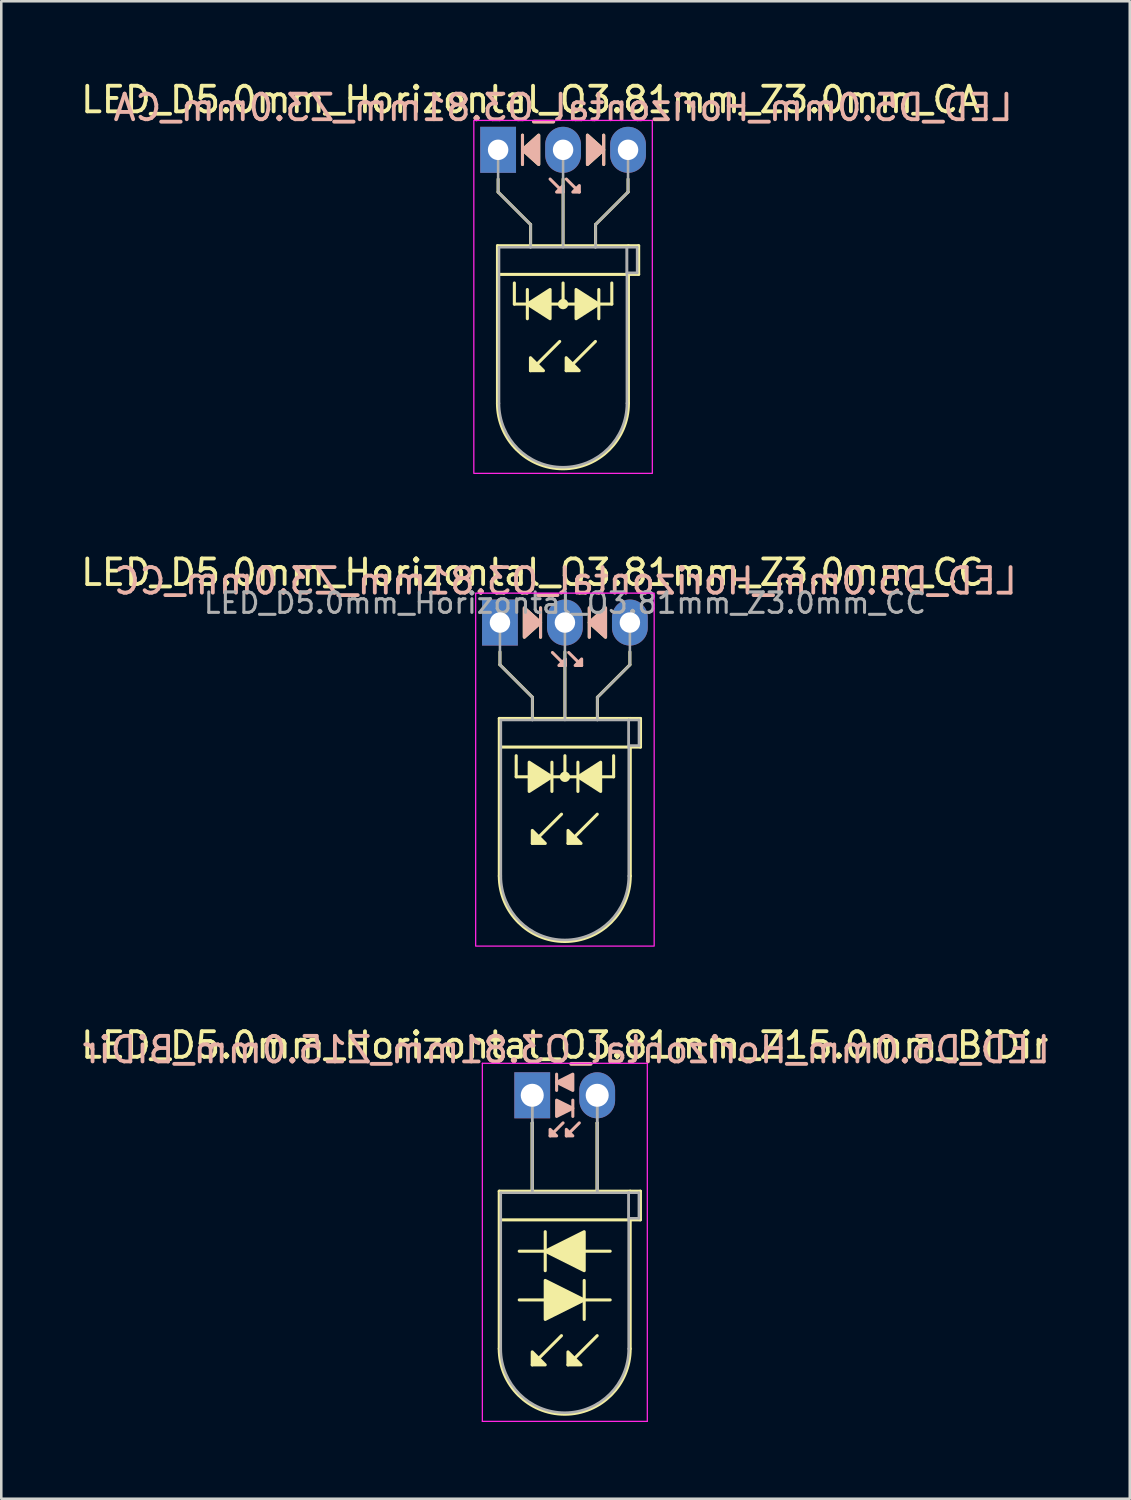
<source format=kicad_pcb>
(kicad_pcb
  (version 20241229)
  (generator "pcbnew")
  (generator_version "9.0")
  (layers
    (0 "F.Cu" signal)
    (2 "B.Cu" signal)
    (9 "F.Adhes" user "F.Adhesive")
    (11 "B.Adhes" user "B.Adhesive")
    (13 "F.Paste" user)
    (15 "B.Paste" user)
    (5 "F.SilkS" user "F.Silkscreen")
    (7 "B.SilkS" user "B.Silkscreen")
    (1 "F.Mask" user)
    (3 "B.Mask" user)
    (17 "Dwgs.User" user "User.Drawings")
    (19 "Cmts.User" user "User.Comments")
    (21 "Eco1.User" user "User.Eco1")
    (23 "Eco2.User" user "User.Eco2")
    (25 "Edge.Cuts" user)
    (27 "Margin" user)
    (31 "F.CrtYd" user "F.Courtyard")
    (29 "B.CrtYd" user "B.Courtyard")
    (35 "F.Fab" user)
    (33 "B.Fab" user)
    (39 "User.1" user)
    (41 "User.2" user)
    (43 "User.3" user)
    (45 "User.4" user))
  (footprint "LED_D5.0mm_Horizontal_O3.81mm_Z3.0mm_CA"
    (layer "F.Cu")
    (at 16.426 2.808)
    (property "Reference" "LED_D5.0mm_Horizontal_O3.81mm_Z3.0mm_CA" (at 1.27 -1.96 0) (layer "F.SilkS") (effects (font (size 1 1) (thickness 0.15))))
    (fp_line (start -0.025 3.75) (end -0.025 9.91) (stroke (width 0.12) (type solid)) (layer "F.SilkS"))
    (fp_line (start -0.025 3.75) (end 5.095 3.75) (stroke (width 0.12) (type solid)) (layer "F.SilkS"))
    (fp_line (start 0 1.143) (end 0 1.651) (stroke (width 0.12) (type default)) (layer "F.SilkS"))
    (fp_line (start 0 1.651) (end 1.27 2.921) (stroke (width 0.12) (type default)) (layer "F.SilkS"))
    (fp_line (start 0.635 6.032) (end 0.635 5.207) (stroke (width 0.12) (type default)) (layer "F.SilkS"))
    (fp_line (start 0.635 6.032) (end 4.445 6.032) (stroke (width 0.12) (type default)) (layer "F.SilkS"))
    (fp_line (start 0.953 -0.572) (end 0.953 0.572) (stroke (width 0.12) (type solid)) (layer "F.SilkS"))
    (fp_line (start 1.143 5.461) (end 1.143 6.604) (stroke (width 0.12) (type solid)) (layer "F.SilkS"))
    (fp_line (start 1.265 3.75) (end 1.265 3.75) (stroke (width 0.12) (type solid)) (layer "F.SilkS"))
    (fp_line (start 1.27 2.921) (end 1.27 3.75) (stroke (width 0.12) (type default)) (layer "F.SilkS"))
    (fp_line (start 2.408 7.493) (end 1.265 8.636) (stroke (width 0.12) (type solid)) (layer "F.SilkS"))
    (fp_line (start 2.54 3.75) (end 2.54 1.143) (stroke (width 0.12) (type default)) (layer "F.SilkS"))
    (fp_line (start 2.54 6.032) (end 2.54 5.207) (stroke (width 0.12) (type default)) (layer "F.SilkS"))
    (fp_line (start 3.805 3.75) (end 3.805 3.75) (stroke (width 0.12) (type solid)) (layer "F.SilkS"))
    (fp_line (start 3.805 7.493) (end 2.662 8.636) (stroke (width 0.12) (type solid)) (layer "F.SilkS"))
    (fp_line (start 3.81 2.921) (end 3.81 3.75) (stroke (width 0.12) (type default)) (layer "F.SilkS"))
    (fp_line (start 3.937 6.604) (end 3.937 5.461) (stroke (width 0.12) (type solid)) (layer "F.SilkS"))
    (fp_line (start 4.128 0.572) (end 4.128 -0.572) (stroke (width 0.12) (type solid)) (layer "F.SilkS"))
    (fp_line (start 4.445 6.032) (end 4.445 5.207) (stroke (width 0.12) (type default)) (layer "F.SilkS"))
    (fp_line (start 5.08 1.143) (end 5.08 1.651) (stroke (width 0.12) (type default)) (layer "F.SilkS"))
    (fp_line (start 5.08 1.651) (end 3.81 2.921) (stroke (width 0.12) (type default)) (layer "F.SilkS"))
    (fp_line (start 5.095 3.75) (end 5.495 3.75) (stroke (width 0.12) (type solid)) (layer "F.SilkS"))
    (fp_line (start 5.095 4.87) (end 5.095 9.91) (stroke (width 0.12) (type solid)) (layer "F.SilkS"))
    (fp_line (start 5.495 3.75) (end 5.495 4.87) (stroke (width 0.12) (type solid)) (layer "F.SilkS"))
    (fp_line (start 5.495 4.87) (end -0.005 4.87) (stroke (width 0.12) (type solid)) (layer "F.SilkS"))
    (fp_arc (start 5.095 9.91) (mid 2.535 12.47) (end -0.025 9.91) (stroke (width 0.12) (type solid)) (layer "F.SilkS"))
    (fp_circle (center 2.54 6.032) (end 2.682 6.032) (stroke (width 0.12) (type solid)) (fill yes) (layer "F.SilkS"))
    (fp_poly (pts (xy 1.265 8.128) (xy 1.773 8.636) (xy 1.265 8.636)) (stroke (width 0.12) (type solid)) (fill yes) (layer "F.SilkS"))
    (fp_poly (pts (xy 1.587 0.572) (xy 0.953 0) (xy 1.587 -0.572)) (stroke (width 0.12) (type solid)) (fill yes) (layer "F.SilkS"))
    (fp_poly (pts (xy 2.032 6.604) (xy 1.143 6.032) (xy 2.032 5.461)) (stroke (width 0.12) (type solid)) (fill yes) (layer "F.SilkS"))
    (fp_poly (pts (xy 2.662 8.128) (xy 3.17 8.636) (xy 2.662 8.636)) (stroke (width 0.12) (type solid)) (fill yes) (layer "F.SilkS"))
    (fp_poly (pts (xy 3.048 5.461) (xy 3.937 6.032) (xy 3.048 6.604)) (stroke (width 0.12) (type solid)) (fill yes) (layer "F.SilkS"))
    (fp_poly (pts (xy 3.493 -0.572) (xy 4.128 0) (xy 3.493 0.572)) (stroke (width 0.12) (type solid)) (fill yes) (layer "F.SilkS"))
    (fp_line (start 0.953 -0.572) (end 0.953 0.572) (stroke (width 0.12) (type solid)) (layer "B.SilkS"))
    (fp_line (start 2.54 1.651) (end 2.032 1.143) (stroke (width 0.12) (type solid)) (layer "B.SilkS"))
    (fp_line (start 3.175 1.651) (end 2.667 1.143) (stroke (width 0.12) (type solid)) (layer "B.SilkS"))
    (fp_line (start 4.128 0.572) (end 4.128 -0.572) (stroke (width 0.12) (type solid)) (layer "B.SilkS"))
    (fp_poly (pts (xy 1.587 0.572) (xy 0.953 0) (xy 1.587 -0.572)) (stroke (width 0.12) (type solid)) (fill yes) (layer "B.SilkS"))
    (fp_poly (pts (xy 2.54 1.397) (xy 2.286 1.651) (xy 2.54 1.651)) (stroke (width 0.12) (type solid)) (fill yes) (layer "B.SilkS"))
    (fp_poly (pts (xy 3.175 1.397) (xy 2.921 1.651) (xy 3.175 1.651)) (stroke (width 0.12) (type solid)) (fill yes) (layer "B.SilkS"))
    (fp_poly (pts (xy 3.493 0.572) (xy 4.128 0) (xy 3.493 -0.572)) (stroke (width 0.12) (type solid)) (fill yes) (layer "B.SilkS"))
    (fp_rect (start -0.95 -1.15) (end 6.03 12.65) (stroke (width 0.05) (type default)) (fill no) (layer "F.CrtYd"))
    (fp_line (start 0 0) (end 0 0) (stroke (width 0.1) (type solid)) (layer "F.Fab"))
    (fp_line (start 0 1.651) (end 0 0) (stroke (width 0.1) (type default)) (layer "F.Fab"))
    (fp_line (start 0.035 3.81) (end 0.035 9.91) (stroke (width 0.1) (type solid)) (layer "F.Fab"))
    (fp_line (start 0.035 3.81) (end 5.035 3.81) (stroke (width 0.1) (type solid)) (layer "F.Fab"))
    (fp_line (start 1.265 3.81) (end 1.265 3.81) (stroke (width 0.1) (type solid)) (layer "F.Fab"))
    (fp_line (start 1.27 2.921) (end 0 1.651) (stroke (width 0.1) (type default)) (layer "F.Fab"))
    (fp_line (start 1.27 2.921) (end 1.27 3.81) (stroke (width 0.1) (type default)) (layer "F.Fab"))
    (fp_line (start 2.54 0) (end 2.54 0) (stroke (width 0.1) (type solid)) (layer "F.Fab"))
    (fp_line (start 2.54 0) (end 2.54 3.81) (stroke (width 0.1) (type default)) (layer "F.Fab"))
    (fp_line (start 3.805 3.81) (end 3.805 3.81) (stroke (width 0.1) (type solid)) (layer "F.Fab"))
    (fp_line (start 3.81 2.921) (end 3.81 3.81) (stroke (width 0.1) (type default)) (layer "F.Fab"))
    (fp_line (start 3.81 2.921) (end 5.08 1.651) (stroke (width 0.1) (type default)) (layer "F.Fab"))
    (fp_line (start 5.035 3.81) (end 5.035 9.91) (stroke (width 0.1) (type solid)) (layer "F.Fab"))
    (fp_line (start 5.035 3.81) (end 5.435 3.81) (stroke (width 0.1) (type solid)) (layer "F.Fab"))
    (fp_line (start 5.035 4.81) (end 5.035 3.81) (stroke (width 0.1) (type solid)) (layer "F.Fab"))
    (fp_line (start 5.08 1.651) (end 5.08 0) (stroke (width 0.1) (type default)) (layer "F.Fab"))
    (fp_line (start 5.435 3.81) (end 5.435 4.81) (stroke (width 0.1) (type solid)) (layer "F.Fab"))
    (fp_line (start 5.435 4.81) (end 5.035 4.81) (stroke (width 0.1) (type solid)) (layer "F.Fab"))
    (fp_arc (start 5.035 9.91) (mid 2.535 12.41) (end 0.035 9.91) (stroke (width 0.1) (type solid)) (layer "F.Fab"))
    (fp_text user "${REFERENCE}" (at 2.54 -1.651 0) (layer "B.SilkS") (effects (font (size 1 1) (thickness 0.15)) (justify mirror)))
    (pad "1" thru_hole rect (at 0 0) (size 1.4 1.8) (drill 0.8) (layers "*.Cu" "*.Mask"))
    (pad "2" thru_hole oval (at 2.54 0) (size 1.4 1.8) (drill 0.8) (layers "*.Cu" "*.Mask"))
    (pad "3" thru_hole oval (at 5.08 0) (size 1.4 1.8) (drill 0.8) (layers "*.Cu" "*.Mask")))
  (footprint "LED_D5.0mm_Horizontal_O3.81mm_Z15.0mm_BiDir"
    (layer "F.Cu")
    (at 17.76 39.775)
    (property "Reference" "LED_D5.0mm_Horizontal_O3.81mm_Z15.0mm_BiDir" (at 1.27 -1.96 0) (layer "F.SilkS") (effects (font (size 1 1) (thickness 0.15))))
    (fp_line (start -1.29 3.75) (end -1.29 9.91) (stroke (width 0.12) (type solid)) (layer "F.SilkS"))
    (fp_line (start -1.29 3.75) (end 3.83 3.75) (stroke (width 0.12) (type solid)) (layer "F.SilkS"))
    (fp_line (start -0.508 8.001) (end 0.508 8.001) (stroke (width 0.12) (type solid)) (layer "F.SilkS"))
    (fp_line (start 0 1.08) (end 0 1.08) (stroke (width 0.12) (type solid)) (layer "F.SilkS"))
    (fp_line (start 0 1.08) (end 0 3.75) (stroke (width 0.12) (type solid)) (layer "F.SilkS"))
    (fp_line (start 0 3.75) (end 0 1.08) (stroke (width 0.12) (type solid)) (layer "F.SilkS"))
    (fp_line (start 0 3.75) (end 0 3.75) (stroke (width 0.12) (type solid)) (layer "F.SilkS"))
    (fp_line (start 0.508 5.334) (end 0.508 6.858) (stroke (width 0.12) (type solid)) (layer "F.SilkS"))
    (fp_line (start 0.508 6.096) (end -0.508 6.096) (stroke (width 0.12) (type solid)) (layer "F.SilkS"))
    (fp_line (start 1.143 9.398) (end 0 10.541) (stroke (width 0.12) (type solid)) (layer "F.SilkS"))
    (fp_line (start 2.032 8.001) (end 3.048 8.001) (stroke (width 0.12) (type solid)) (layer "F.SilkS"))
    (fp_line (start 2.032 8.763) (end 2.032 7.239) (stroke (width 0.12) (type solid)) (layer "F.SilkS"))
    (fp_line (start 2.54 1.08) (end 2.54 1.08) (stroke (width 0.12) (type solid)) (layer "F.SilkS"))
    (fp_line (start 2.54 1.08) (end 2.54 3.75) (stroke (width 0.12) (type solid)) (layer "F.SilkS"))
    (fp_line (start 2.54 3.75) (end 2.54 1.08) (stroke (width 0.12) (type solid)) (layer "F.SilkS"))
    (fp_line (start 2.54 3.75) (end 2.54 3.75) (stroke (width 0.12) (type solid)) (layer "F.SilkS"))
    (fp_line (start 2.54 9.398) (end 1.397 10.541) (stroke (width 0.12) (type solid)) (layer "F.SilkS"))
    (fp_line (start 3.048 6.096) (end 2.032 6.096) (stroke (width 0.12) (type solid)) (layer "F.SilkS"))
    (fp_line (start 3.83 3.75) (end 4.23 3.75) (stroke (width 0.12) (type solid)) (layer "F.SilkS"))
    (fp_line (start 3.83 4.87) (end 3.83 9.91) (stroke (width 0.12) (type solid)) (layer "F.SilkS"))
    (fp_line (start 4.23 3.75) (end 4.23 4.87) (stroke (width 0.12) (type solid)) (layer "F.SilkS"))
    (fp_line (start 4.23 4.87) (end -1.27 4.87) (stroke (width 0.12) (type solid)) (layer "F.SilkS"))
    (fp_arc (start 3.83 9.91) (mid 1.27 12.47) (end -1.29 9.91) (stroke (width 0.12) (type solid)) (layer "F.SilkS"))
    (fp_poly (pts (xy 0 10.033) (xy 0.508 10.541) (xy 0 10.541)) (stroke (width 0.12) (type solid)) (fill yes) (layer "F.SilkS"))
    (fp_poly (pts (xy 0.508 7.239) (xy 2.032 8.001) (xy 0.508 8.763)) (stroke (width 0.12) (type solid)) (fill yes) (layer "F.SilkS"))
    (fp_poly (pts (xy 1.397 10.033) (xy 1.905 10.541) (xy 1.397 10.541)) (stroke (width 0.12) (type solid)) (fill yes) (layer "F.SilkS"))
    (fp_poly (pts (xy 2.032 6.858) (xy 0.508 6.096) (xy 2.032 5.334)) (stroke (width 0.12) (type solid)) (fill yes) (layer "F.SilkS"))
    (fp_line (start 0.953 -0.826) (end 0.953 -0.191) (stroke (width 0.12) (type solid)) (layer "B.SilkS"))
    (fp_line (start 1.206 1.079) (end 0.699 1.587) (stroke (width 0.12) (type solid)) (layer "B.SilkS"))
    (fp_line (start 1.587 0.826) (end 1.587 0.191) (stroke (width 0.12) (type solid)) (layer "B.SilkS"))
    (fp_line (start 1.841 1.079) (end 1.333 1.587) (stroke (width 0.12) (type solid)) (layer "B.SilkS"))
    (fp_poly (pts (xy 0.699 1.333) (xy 0.953 1.587) (xy 0.699 1.587)) (stroke (width 0.12) (type solid)) (fill yes) (layer "B.SilkS"))
    (fp_poly (pts (xy 0.953 0.191) (xy 1.587 0.508) (xy 0.953 0.826)) (stroke (width 0.12) (type solid)) (fill yes) (layer "B.SilkS"))
    (fp_poly (pts (xy 1.333 1.333) (xy 1.587 1.587) (xy 1.333 1.587)) (stroke (width 0.12) (type solid)) (fill yes) (layer "B.SilkS"))
    (fp_poly (pts (xy 1.587 -0.191) (xy 0.953 -0.508) (xy 1.587 -0.826)) (stroke (width 0.12) (type solid)) (fill yes) (layer "B.SilkS"))
    (fp_line (start -1.95 -1.25) (end -1.95 12.75) (stroke (width 0.05) (type solid)) (layer "F.CrtYd"))
    (fp_line (start -1.95 12.75) (end 4.5 12.75) (stroke (width 0.05) (type solid)) (layer "F.CrtYd"))
    (fp_line (start 4.5 -1.25) (end -1.95 -1.25) (stroke (width 0.05) (type solid)) (layer "F.CrtYd"))
    (fp_line (start 4.5 12.75) (end 4.5 -1.25) (stroke (width 0.05) (type solid)) (layer "F.CrtYd"))
    (fp_line (start -1.23 3.81) (end -1.23 9.91) (stroke (width 0.1) (type solid)) (layer "F.Fab"))
    (fp_line (start -1.23 3.81) (end 3.77 3.81) (stroke (width 0.1) (type solid)) (layer "F.Fab"))
    (fp_line (start 0 0) (end 0 0) (stroke (width 0.1) (type solid)) (layer "F.Fab"))
    (fp_line (start 0 0) (end 0 3.81) (stroke (width 0.1) (type solid)) (layer "F.Fab"))
    (fp_line (start 0 3.81) (end 0 0) (stroke (width 0.1) (type solid)) (layer "F.Fab"))
    (fp_line (start 0 3.81) (end 0 3.81) (stroke (width 0.1) (type solid)) (layer "F.Fab"))
    (fp_line (start 2.54 0) (end 2.54 0) (stroke (width 0.1) (type solid)) (layer "F.Fab"))
    (fp_line (start 2.54 0) (end 2.54 3.81) (stroke (width 0.1) (type solid)) (layer "F.Fab"))
    (fp_line (start 2.54 3.81) (end 2.54 0) (stroke (width 0.1) (type solid)) (layer "F.Fab"))
    (fp_line (start 2.54 3.81) (end 2.54 3.81) (stroke (width 0.1) (type solid)) (layer "F.Fab"))
    (fp_line (start 3.77 3.81) (end 3.77 9.91) (stroke (width 0.1) (type solid)) (layer "F.Fab"))
    (fp_line (start 3.77 3.81) (end 4.17 3.81) (stroke (width 0.1) (type solid)) (layer "F.Fab"))
    (fp_line (start 3.77 4.81) (end 3.77 3.81) (stroke (width 0.1) (type solid)) (layer "F.Fab"))
    (fp_line (start 4.17 3.81) (end 4.17 4.81) (stroke (width 0.1) (type solid)) (layer "F.Fab"))
    (fp_line (start 4.17 4.81) (end 3.77 4.81) (stroke (width 0.1) (type solid)) (layer "F.Fab"))
    (fp_arc (start 3.77 9.91) (mid 1.27 12.41) (end -1.23 9.91) (stroke (width 0.1) (type solid)) (layer "F.Fab"))
    (fp_text user "${REFERENCE}" (at 1.333 -1.778 0) (layer "B.SilkS") (effects (font (size 1 1) (thickness 0.15)) (justify mirror)))
    (pad "1" thru_hole rect (at 0 0) (size 1.4 1.8) (drill 0.9) (layers "*.Cu" "*.Mask"))
    (pad "2" thru_hole oval (at 2.54 0) (size 1.4 1.8) (drill 0.9) (layers "*.Cu" "*.Mask")))
  (footprint "LED_D5.0mm_Horizontal_O3.81mm_Z3.0mm_CC"
    (layer "F.Cu")
    (at 16.498 21.291)
    (property "Reference" "LED_D5.0mm_Horizontal_O3.81mm_Z3.0mm_CC" (at 1.27 -1.96 0) (layer "F.SilkS") (effects (font (size 1 1) (thickness 0.15))))
    (fp_line (start -0.025 3.75) (end -0.025 9.91) (stroke (width 0.12) (type solid)) (layer "F.SilkS"))
    (fp_line (start -0.025 3.75) (end 5.095 3.75) (stroke (width 0.12) (type solid)) (layer "F.SilkS"))
    (fp_line (start 0 1.143) (end 0 1.651) (stroke (width 0.12) (type default)) (layer "F.SilkS"))
    (fp_line (start 0 1.651) (end 1.27 2.921) (stroke (width 0.12) (type default)) (layer "F.SilkS"))
    (fp_line (start 0.635 6.032) (end 0.635 5.207) (stroke (width 0.12) (type default)) (layer "F.SilkS"))
    (fp_line (start 0.635 6.032) (end 4.445 6.032) (stroke (width 0.12) (type default)) (layer "F.SilkS"))
    (fp_line (start 1.265 3.75) (end 1.265 3.75) (stroke (width 0.12) (type solid)) (layer "F.SilkS"))
    (fp_line (start 1.27 2.921) (end 1.27 3.75) (stroke (width 0.12) (type default)) (layer "F.SilkS"))
    (fp_line (start 1.587 0.572) (end 1.587 -0.572) (stroke (width 0.12) (type solid)) (layer "F.SilkS"))
    (fp_line (start 2.032 6.604) (end 2.032 5.461) (stroke (width 0.12) (type solid)) (layer "F.SilkS"))
    (fp_line (start 2.408 7.493) (end 1.265 8.636) (stroke (width 0.12) (type solid)) (layer "F.SilkS"))
    (fp_line (start 2.54 3.75) (end 2.54 1.143) (stroke (width 0.12) (type default)) (layer "F.SilkS"))
    (fp_line (start 2.54 6.032) (end 2.54 5.207) (stroke (width 0.12) (type default)) (layer "F.SilkS"))
    (fp_line (start 3.048 5.461) (end 3.048 6.604) (stroke (width 0.12) (type solid)) (layer "F.SilkS"))
    (fp_line (start 3.493 -0.572) (end 3.493 0.572) (stroke (width 0.12) (type solid)) (layer "F.SilkS"))
    (fp_line (start 3.805 3.75) (end 3.805 3.75) (stroke (width 0.12) (type solid)) (layer "F.SilkS"))
    (fp_line (start 3.805 7.493) (end 2.662 8.636) (stroke (width 0.12) (type solid)) (layer "F.SilkS"))
    (fp_line (start 3.81 2.921) (end 3.81 3.75) (stroke (width 0.12) (type default)) (layer "F.SilkS"))
    (fp_line (start 4.445 6.032) (end 4.445 5.207) (stroke (width 0.12) (type default)) (layer "F.SilkS"))
    (fp_line (start 5.08 1.143) (end 5.08 1.651) (stroke (width 0.12) (type default)) (layer "F.SilkS"))
    (fp_line (start 5.08 1.651) (end 3.81 2.921) (stroke (width 0.12) (type default)) (layer "F.SilkS"))
    (fp_line (start 5.095 3.75) (end 5.495 3.75) (stroke (width 0.12) (type solid)) (layer "F.SilkS"))
    (fp_line (start 5.095 4.87) (end 5.095 9.91) (stroke (width 0.12) (type solid)) (layer "F.SilkS"))
    (fp_line (start 5.495 3.75) (end 5.495 4.87) (stroke (width 0.12) (type solid)) (layer "F.SilkS"))
    (fp_line (start 5.495 4.87) (end -0.005 4.87) (stroke (width 0.12) (type solid)) (layer "F.SilkS"))
    (fp_arc (start 5.095 9.91) (mid 2.535 12.47) (end -0.025 9.91) (stroke (width 0.12) (type solid)) (layer "F.SilkS"))
    (fp_circle (center 2.54 6.032) (end 2.682 6.032) (stroke (width 0.12) (type solid)) (fill yes) (layer "F.SilkS"))
    (fp_poly (pts (xy 0.953 -0.572) (xy 1.587 0) (xy 0.953 0.572)) (stroke (width 0.12) (type solid)) (fill yes) (layer "F.SilkS"))
    (fp_poly (pts (xy 1.143 5.461) (xy 2.032 6.032) (xy 1.143 6.604)) (stroke (width 0.12) (type solid)) (fill yes) (layer "F.SilkS"))
    (fp_poly (pts (xy 1.265 8.128) (xy 1.773 8.636) (xy 1.265 8.636)) (stroke (width 0.12) (type solid)) (fill yes) (layer "F.SilkS"))
    (fp_poly (pts (xy 2.662 8.128) (xy 3.17 8.636) (xy 2.662 8.636)) (stroke (width 0.12) (type solid)) (fill yes) (layer "F.SilkS"))
    (fp_poly (pts (xy 3.937 6.604) (xy 3.048 6.032) (xy 3.937 5.461)) (stroke (width 0.12) (type solid)) (fill yes) (layer "F.SilkS"))
    (fp_poly (pts (xy 4.128 0.572) (xy 3.493 0) (xy 4.128 -0.572)) (stroke (width 0.12) (type solid)) (fill yes) (layer "F.SilkS"))
    (fp_line (start 1.587 0.572) (end 1.587 -0.572) (stroke (width 0.12) (type solid)) (layer "B.SilkS"))
    (fp_line (start 2.559 1.679) (end 2.051 1.171) (stroke (width 0.12) (type solid)) (layer "B.SilkS"))
    (fp_line (start 3.194 1.679) (end 2.686 1.171) (stroke (width 0.12) (type solid)) (layer "B.SilkS"))
    (fp_line (start 3.493 -0.572) (end 3.493 0.572) (stroke (width 0.12) (type solid)) (layer "B.SilkS"))
    (fp_poly (pts (xy 0.953 0.572) (xy 1.587 0) (xy 0.953 -0.572)) (stroke (width 0.12) (type solid)) (fill yes) (layer "B.SilkS"))
    (fp_poly (pts (xy 2.559 1.425) (xy 2.305 1.679) (xy 2.559 1.679)) (stroke (width 0.12) (type solid)) (fill yes) (layer "B.SilkS"))
    (fp_poly (pts (xy 3.194 1.425) (xy 2.94 1.679) (xy 3.194 1.679)) (stroke (width 0.12) (type solid)) (fill yes) (layer "B.SilkS"))
    (fp_poly (pts (xy 4.128 0.572) (xy 3.493 0) (xy 4.128 -0.572)) (stroke (width 0.12) (type solid)) (fill yes) (layer "B.SilkS"))
    (fp_rect (start -0.95 -1.15) (end 6.03 12.65) (stroke (width 0.05) (type default)) (fill no) (layer "F.CrtYd"))
    (fp_line (start 0 0) (end 0 0) (stroke (width 0.1) (type solid)) (layer "F.Fab"))
    (fp_line (start 0 1.651) (end 0 0) (stroke (width 0.1) (type default)) (layer "F.Fab"))
    (fp_line (start 0.035 3.81) (end 0.035 9.91) (stroke (width 0.1) (type solid)) (layer "F.Fab"))
    (fp_line (start 0.035 3.81) (end 5.035 3.81) (stroke (width 0.1) (type solid)) (layer "F.Fab"))
    (fp_line (start 1.265 3.81) (end 1.265 3.81) (stroke (width 0.1) (type solid)) (layer "F.Fab"))
    (fp_line (start 1.27 2.921) (end 0 1.651) (stroke (width 0.1) (type default)) (layer "F.Fab"))
    (fp_line (start 1.27 2.921) (end 1.27 3.81) (stroke (width 0.1) (type default)) (layer "F.Fab"))
    (fp_line (start 2.54 0) (end 2.54 0) (stroke (width 0.1) (type solid)) (layer "F.Fab"))
    (fp_line (start 2.54 0) (end 2.54 3.81) (stroke (width 0.1) (type default)) (layer "F.Fab"))
    (fp_line (start 3.805 3.81) (end 3.805 3.81) (stroke (width 0.1) (type solid)) (layer "F.Fab"))
    (fp_line (start 3.81 2.921) (end 3.81 3.81) (stroke (width 0.1) (type default)) (layer "F.Fab"))
    (fp_line (start 3.81 2.921) (end 5.08 1.651) (stroke (width 0.1) (type default)) (layer "F.Fab"))
    (fp_line (start 5.035 3.81) (end 5.035 9.91) (stroke (width 0.1) (type solid)) (layer "F.Fab"))
    (fp_line (start 5.035 3.81) (end 5.435 3.81) (stroke (width 0.1) (type solid)) (layer "F.Fab"))
    (fp_line (start 5.035 4.81) (end 5.035 3.81) (stroke (width 0.1) (type solid)) (layer "F.Fab"))
    (fp_line (start 5.08 1.651) (end 5.08 0) (stroke (width 0.1) (type default)) (layer "F.Fab"))
    (fp_line (start 5.435 3.81) (end 5.435 4.81) (stroke (width 0.1) (type solid)) (layer "F.Fab"))
    (fp_line (start 5.435 4.81) (end 5.035 4.81) (stroke (width 0.1) (type solid)) (layer "F.Fab"))
    (fp_arc (start 5.035 9.91) (mid 2.535 12.41) (end 0.035 9.91) (stroke (width 0.1) (type solid)) (layer "F.Fab"))
    (fp_text user "${REFERENCE}" (at 2.559 -1.623 0) (layer "B.SilkS") (effects (font (size 1 1) (thickness 0.15)) (justify mirror)))
    (fp_text user "${REFERENCE}" (at 2.54 -0.762 0) (layer "F.Fab") (effects (font (size 0.8 0.8) (thickness 0.12))))
    (pad "1" thru_hole rect (at 0 0) (size 1.4 1.8) (drill 0.8) (layers "*.Cu" "*.Mask"))
    (pad "2" thru_hole oval (at 2.54 0) (size 1.4 1.8) (drill 0.8) (layers "*.Cu" "*.Mask"))
    (pad "3" thru_hole oval (at 5.08 0) (size 1.4 1.8) (drill 0.8) (layers "*.Cu" "*.Mask")))
  (gr_rect
    (start -3 -3)
    (end 41.123 55.55)
    (stroke (width 0.1) (type default))
    (fill no)
    (layer "Edge.Cuts")))
</source>
